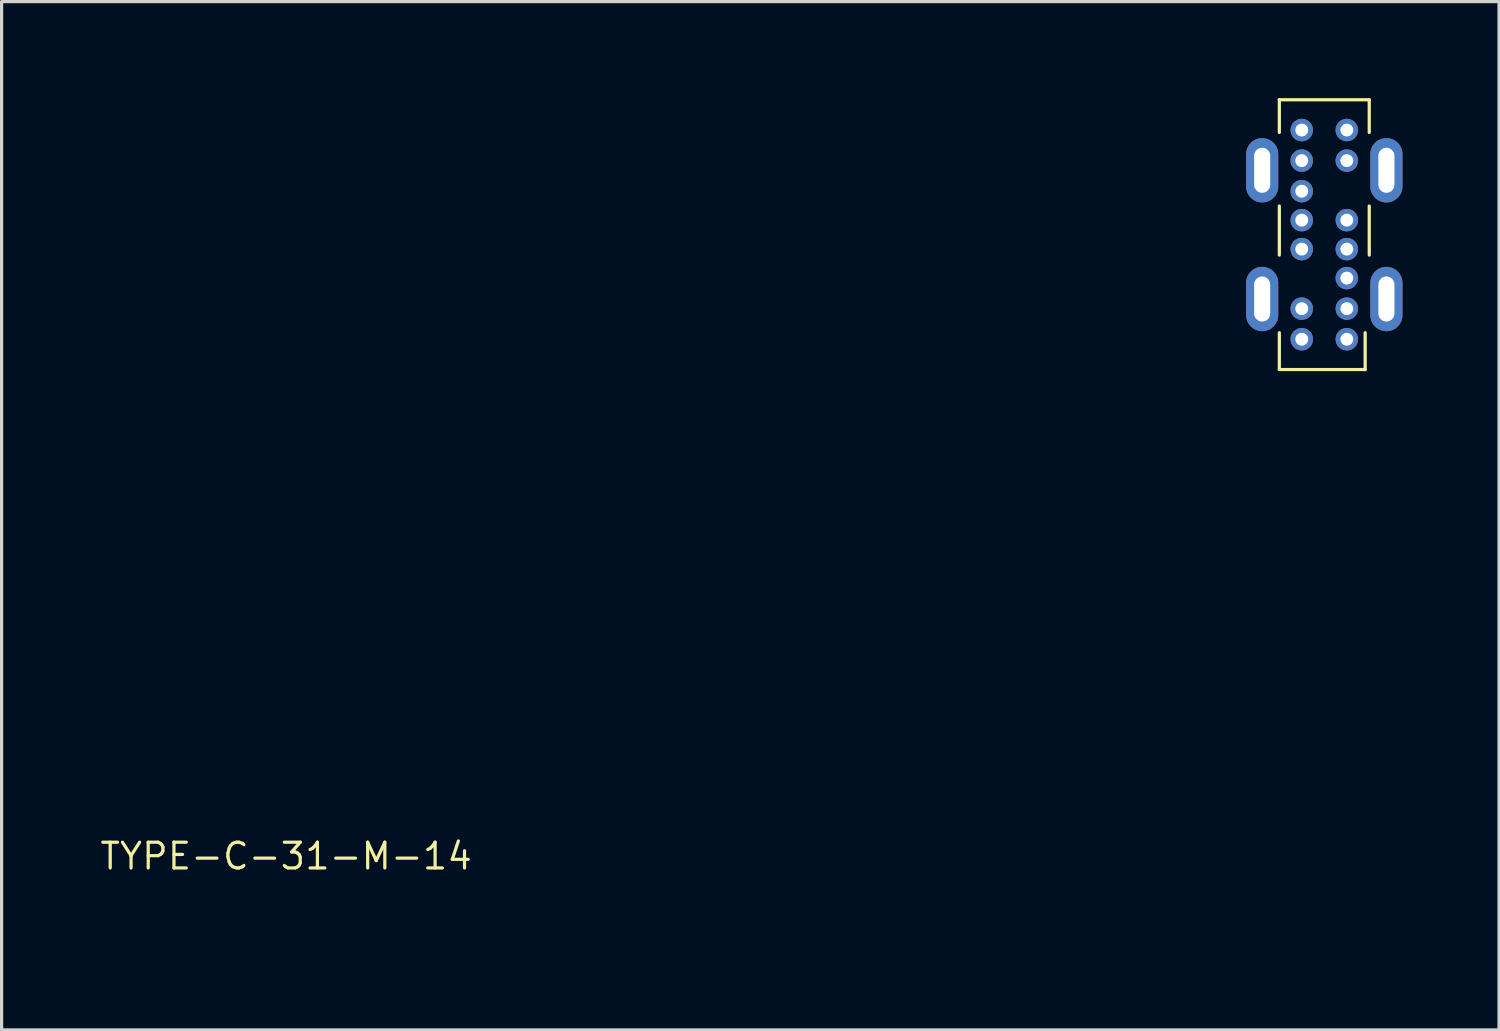
<source format=kicad_pcb>
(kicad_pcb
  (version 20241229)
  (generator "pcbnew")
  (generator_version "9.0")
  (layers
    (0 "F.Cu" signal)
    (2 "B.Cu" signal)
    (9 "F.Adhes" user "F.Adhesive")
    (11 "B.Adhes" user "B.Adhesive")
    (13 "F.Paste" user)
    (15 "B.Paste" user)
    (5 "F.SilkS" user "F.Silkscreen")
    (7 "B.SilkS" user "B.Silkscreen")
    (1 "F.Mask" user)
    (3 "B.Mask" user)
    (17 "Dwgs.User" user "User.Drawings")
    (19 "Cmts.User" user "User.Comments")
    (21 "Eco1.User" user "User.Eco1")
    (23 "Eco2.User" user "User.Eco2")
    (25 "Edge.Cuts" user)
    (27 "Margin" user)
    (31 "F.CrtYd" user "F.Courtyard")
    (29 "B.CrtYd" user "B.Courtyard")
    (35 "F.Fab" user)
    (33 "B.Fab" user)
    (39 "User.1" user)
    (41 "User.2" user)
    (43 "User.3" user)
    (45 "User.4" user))
  (footprint "TYPE-C-31-M-14"
    (layer "F.Cu")
    (at 5.841 25.704)
    (property "Reference" "TYPE-C-31-M-14" (at 0 -2.15 180) (layer "F.SilkS") (effects (font (size 0.8 0.8) (thickness 0.1))))
    (attr smd)
    (fp_line (start 30.861 -25.654) (end 33.655 -25.654) (stroke (width 0.1) (type default)) (layer "F.SilkS"))
    (fp_line (start 30.861 -24.638) (end 30.861 -25.654) (stroke (width 0.1) (type default)) (layer "F.SilkS"))
    (fp_line (start 30.861 -20.828) (end 30.861 -22.352) (stroke (width 0.1) (type default)) (layer "F.SilkS"))
    (fp_line (start 30.861 -18.415) (end 30.861 -17.272) (stroke (width 0.1) (type default)) (layer "F.SilkS"))
    (fp_line (start 33.528 -17.272) (end 30.861 -17.272) (stroke (width 0.1) (type default)) (layer "F.SilkS"))
    (fp_line (start 33.528 -17.272) (end 33.528 -18.415) (stroke (width 0.1) (type default)) (layer "F.SilkS"))
    (fp_line (start 33.655 -25.654) (end 33.655 -24.638) (stroke (width 0.1) (type default)) (layer "F.SilkS"))
    (fp_line (start 33.655 -22.352) (end 33.655 -20.828) (stroke (width 0.1) (type default)) (layer "F.SilkS"))
    (pad "1" thru_hole oval (at 32.958 -18.213) (size 0.7 0.7) (drill 0.4) (layers "*.Cu" "*.Mask"))
    (pad "2" thru_hole oval (at 32.958 -19.163) (size 0.7 0.7) (drill 0.4) (layers "*.Cu" "*.Mask"))
    (pad "3" thru_hole oval (at 32.958 -20.113) (size 0.7 0.7) (drill 0.4) (layers "*.Cu" "*.Mask"))
    (pad "4" thru_hole oval (at 32.958 -21.013) (size 0.7 0.7) (drill 0.4) (layers "*.Cu" "*.Mask"))
    (pad "5" thru_hole oval (at 32.958 -21.913) (size 0.7 0.7) (drill 0.4) (layers "*.Cu" "*.Mask"))
    (pad "7" thru_hole oval (at 32.958 -23.763) (size 0.7 0.7) (drill 0.4) (layers "*.Cu" "*.Mask"))
    (pad "8" thru_hole oval (at 32.958 -24.713) (size 0.7 0.7) (drill 0.4) (layers "*.Cu" "*.Mask"))
    (pad "9" thru_hole oval (at 31.558 -24.713) (size 0.7 0.7) (drill 0.4) (layers "*.Cu" "*.Mask"))
    (pad "10" thru_hole oval (at 31.558 -23.763) (size 0.7 0.7) (drill 0.4) (layers "*.Cu" "*.Mask"))
    (pad "11" thru_hole oval (at 31.558 -22.813) (size 0.7 0.7) (drill 0.4) (layers "*.Cu" "*.Mask"))
    (pad "12" thru_hole oval (at 31.558 -21.913) (size 0.7 0.7) (drill 0.4) (layers "*.Cu" "*.Mask"))
    (pad "13" thru_hole oval (at 31.558 -21.013) (size 0.7 0.7) (drill 0.4) (layers "*.Cu" "*.Mask"))
    (pad "15" thru_hole oval (at 31.558 -19.163) (size 0.7 0.7) (drill 0.4) (layers "*.Cu" "*.Mask"))
    (pad "16" thru_hole oval (at 31.558 -18.213) (size 0.7 0.7) (drill 0.4) (layers "*.Cu" "*.Mask"))
    (pad "S1" thru_hole oval (at 30.328 -23.463) (size 1 2) (drill oval 0.5 1.4) (layers "*.Cu" "*.Mask"))
    (pad "S1" thru_hole oval (at 30.328 -19.463) (size 1 2) (drill oval 0.5 1.4) (layers "*.Cu" "*.Mask"))
    (pad "S1" thru_hole oval (at 34.188 -23.463) (size 1 2) (drill oval 0.5 1.4) (layers "*.Cu" "*.Mask"))
    (pad "S1" thru_hole oval (at 34.188 -19.463) (size 1 2) (drill oval 0.5 1.4) (layers "*.Cu" "*.Mask")))
  (gr_rect
    (start -3 -3)
    (end 43.529 28.954)
    (stroke (width 0.1) (type default))
    (fill no)
    (layer "Edge.Cuts")))
</source>
